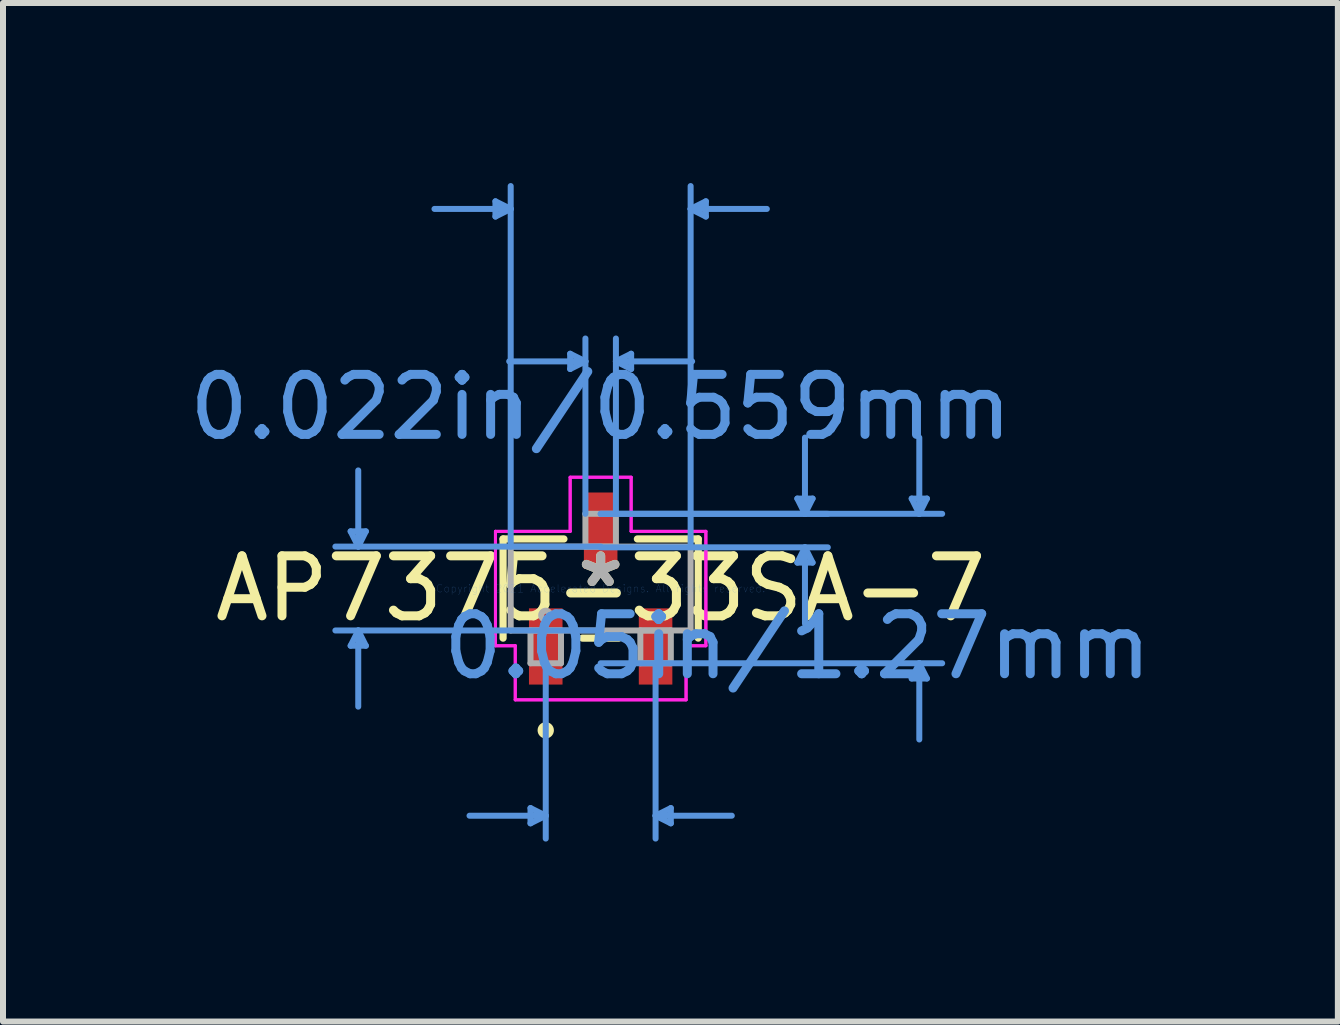
<source format=kicad_pcb>
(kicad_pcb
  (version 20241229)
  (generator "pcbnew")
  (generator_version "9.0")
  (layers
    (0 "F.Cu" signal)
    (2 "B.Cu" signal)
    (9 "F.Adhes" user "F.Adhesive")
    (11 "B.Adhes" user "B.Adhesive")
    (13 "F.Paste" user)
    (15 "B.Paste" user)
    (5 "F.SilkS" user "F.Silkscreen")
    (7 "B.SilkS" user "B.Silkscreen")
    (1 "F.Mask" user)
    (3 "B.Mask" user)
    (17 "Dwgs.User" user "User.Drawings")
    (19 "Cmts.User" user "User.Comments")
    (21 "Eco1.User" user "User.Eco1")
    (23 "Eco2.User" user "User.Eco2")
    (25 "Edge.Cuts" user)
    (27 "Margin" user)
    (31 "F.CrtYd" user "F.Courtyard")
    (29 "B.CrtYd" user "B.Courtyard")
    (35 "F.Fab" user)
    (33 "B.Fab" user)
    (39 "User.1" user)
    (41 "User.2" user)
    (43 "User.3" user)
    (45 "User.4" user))
  (footprint "AP7375-33SA-7"
    (layer "F.Cu")
    (at 6.958 6.756)
    (property "Reference" "AP7375-33SA-7" (at 0 0 0) (layer "F.SilkS") (effects (font (size 1 1) (thickness 0.15))))
    (attr through_hole)
    (fp_line (start -1.626 -0.826) (end -1.626 0.826) (stroke (width 0.12) (type solid)) (layer "F.SilkS"))
    (fp_line (start -0.612 -0.826) (end -1.626 -0.826) (stroke (width 0.12) (type solid)) (layer "F.SilkS"))
    (fp_line (start -0.303 0.826) (end 0.303 0.826) (stroke (width 0.12) (type solid)) (layer "F.SilkS"))
    (fp_line (start 1.626 -0.826) (end 0.612 -0.826) (stroke (width 0.12) (type solid)) (layer "F.SilkS"))
    (fp_line (start 1.626 0.826) (end 1.626 -0.826) (stroke (width 0.12) (type solid)) (layer "F.SilkS"))
    (fp_circle (center -0.915 2.362) (end -0.839 2.362) (stroke (width 0.12) (type solid)) (fill no) (layer "F.SilkS"))
    (fp_line (start -4.166 -0.953) (end -3.912 -0.953) (stroke (width 0.1) (type solid)) (layer "Cmts.User"))
    (fp_line (start -4.166 0.953) (end -3.912 0.953) (stroke (width 0.1) (type solid)) (layer "Cmts.User"))
    (fp_line (start -4.039 -0.699) (end -4.166 -0.953) (stroke (width 0.1) (type solid)) (layer "Cmts.User"))
    (fp_line (start -4.039 -0.699) (end -4.039 -1.968) (stroke (width 0.1) (type solid)) (layer "Cmts.User"))
    (fp_line (start -4.039 -0.699) (end -3.912 -0.953) (stroke (width 0.1) (type solid)) (layer "Cmts.User"))
    (fp_line (start -4.039 0.699) (end -4.166 0.953) (stroke (width 0.1) (type solid)) (layer "Cmts.User"))
    (fp_line (start -4.039 0.699) (end -4.039 1.968) (stroke (width 0.1) (type solid)) (layer "Cmts.User"))
    (fp_line (start -4.039 0.699) (end -3.912 0.953) (stroke (width 0.1) (type solid)) (layer "Cmts.User"))
    (fp_line (start -1.753 -6.452) (end -1.753 -6.198) (stroke (width 0.1) (type solid)) (layer "Cmts.User"))
    (fp_line (start -1.499 -6.325) (end -2.769 -6.325) (stroke (width 0.1) (type solid)) (layer "Cmts.User"))
    (fp_line (start -1.499 -6.325) (end -1.753 -6.452) (stroke (width 0.1) (type solid)) (layer "Cmts.User"))
    (fp_line (start -1.499 -6.325) (end -1.753 -6.198) (stroke (width 0.1) (type solid)) (layer "Cmts.User"))
    (fp_line (start -1.499 -0.699) (end -1.499 -6.706) (stroke (width 0.1) (type solid)) (layer "Cmts.User"))
    (fp_line (start -1.169 3.658) (end -1.169 3.912) (stroke (width 0.1) (type solid)) (layer "Cmts.User"))
    (fp_line (start -0.915 1.245) (end -0.915 4.166) (stroke (width 0.1) (type solid)) (layer "Cmts.User"))
    (fp_line (start -0.915 3.785) (end -2.185 3.785) (stroke (width 0.1) (type solid)) (layer "Cmts.User"))
    (fp_line (start -0.915 3.785) (end -1.169 3.658) (stroke (width 0.1) (type solid)) (layer "Cmts.User"))
    (fp_line (start -0.915 3.785) (end -1.169 3.912) (stroke (width 0.1) (type solid)) (layer "Cmts.User"))
    (fp_line (start -0.508 -3.912) (end -0.508 -3.658) (stroke (width 0.1) (type solid)) (layer "Cmts.User"))
    (fp_line (start -0.254 -3.785) (end -1.524 -3.785) (stroke (width 0.1) (type solid)) (layer "Cmts.User"))
    (fp_line (start -0.254 -3.785) (end -0.508 -3.912) (stroke (width 0.1) (type solid)) (layer "Cmts.User"))
    (fp_line (start -0.254 -3.785) (end -0.508 -3.658) (stroke (width 0.1) (type solid)) (layer "Cmts.User"))
    (fp_line (start -0.254 -1.245) (end -0.254 -4.166) (stroke (width 0.1) (type solid)) (layer "Cmts.User"))
    (fp_line (start 0 -1.245) (end 3.785 -1.245) (stroke (width 0.1) (type solid)) (layer "Cmts.User"))
    (fp_line (start 0 -1.245) (end 5.69 -1.245) (stroke (width 0.1) (type solid)) (layer "Cmts.User"))
    (fp_line (start 0 -0.699) (end -4.42 -0.699) (stroke (width 0.1) (type solid)) (layer "Cmts.User"))
    (fp_line (start 0 -0.686) (end 3.785 -0.686) (stroke (width 0.1) (type solid)) (layer "Cmts.User"))
    (fp_line (start 0 0.699) (end -4.42 0.699) (stroke (width 0.1) (type solid)) (layer "Cmts.User"))
    (fp_line (start 0 1.245) (end 5.69 1.245) (stroke (width 0.1) (type solid)) (layer "Cmts.User"))
    (fp_line (start 0.254 -3.785) (end 0.508 -3.912) (stroke (width 0.1) (type solid)) (layer "Cmts.User"))
    (fp_line (start 0.254 -3.785) (end 0.508 -3.658) (stroke (width 0.1) (type solid)) (layer "Cmts.User"))
    (fp_line (start 0.254 -3.785) (end 1.524 -3.785) (stroke (width 0.1) (type solid)) (layer "Cmts.User"))
    (fp_line (start 0.254 -1.245) (end 0.254 -4.166) (stroke (width 0.1) (type solid)) (layer "Cmts.User"))
    (fp_line (start 0.508 -3.912) (end 0.508 -3.658) (stroke (width 0.1) (type solid)) (layer "Cmts.User"))
    (fp_line (start 0.915 1.245) (end 0.915 4.166) (stroke (width 0.1) (type solid)) (layer "Cmts.User"))
    (fp_line (start 0.915 3.785) (end 1.169 3.658) (stroke (width 0.1) (type solid)) (layer "Cmts.User"))
    (fp_line (start 0.915 3.785) (end 1.169 3.912) (stroke (width 0.1) (type solid)) (layer "Cmts.User"))
    (fp_line (start 0.915 3.785) (end 2.185 3.785) (stroke (width 0.1) (type solid)) (layer "Cmts.User"))
    (fp_line (start 1.169 3.658) (end 1.169 3.912) (stroke (width 0.1) (type solid)) (layer "Cmts.User"))
    (fp_line (start 1.499 -6.325) (end 1.753 -6.452) (stroke (width 0.1) (type solid)) (layer "Cmts.User"))
    (fp_line (start 1.499 -6.325) (end 1.753 -6.198) (stroke (width 0.1) (type solid)) (layer "Cmts.User"))
    (fp_line (start 1.499 -6.325) (end 2.769 -6.325) (stroke (width 0.1) (type solid)) (layer "Cmts.User"))
    (fp_line (start 1.499 -0.699) (end 1.499 -6.706) (stroke (width 0.1) (type solid)) (layer "Cmts.User"))
    (fp_line (start 1.753 -6.452) (end 1.753 -6.198) (stroke (width 0.1) (type solid)) (layer "Cmts.User"))
    (fp_line (start 3.277 -1.499) (end 3.531 -1.499) (stroke (width 0.1) (type solid)) (layer "Cmts.User"))
    (fp_line (start 3.277 -0.432) (end 3.531 -0.432) (stroke (width 0.1) (type solid)) (layer "Cmts.User"))
    (fp_line (start 3.404 -1.245) (end 3.277 -1.499) (stroke (width 0.1) (type solid)) (layer "Cmts.User"))
    (fp_line (start 3.404 -1.245) (end 3.404 -2.515) (stroke (width 0.1) (type solid)) (layer "Cmts.User"))
    (fp_line (start 3.404 -1.245) (end 3.531 -1.499) (stroke (width 0.1) (type solid)) (layer "Cmts.User"))
    (fp_line (start 3.404 -0.686) (end 3.277 -0.432) (stroke (width 0.1) (type solid)) (layer "Cmts.User"))
    (fp_line (start 3.404 -0.686) (end 3.404 0.584) (stroke (width 0.1) (type solid)) (layer "Cmts.User"))
    (fp_line (start 3.404 -0.686) (end 3.531 -0.432) (stroke (width 0.1) (type solid)) (layer "Cmts.User"))
    (fp_line (start 5.182 -1.499) (end 5.436 -1.499) (stroke (width 0.1) (type solid)) (layer "Cmts.User"))
    (fp_line (start 5.182 1.499) (end 5.436 1.499) (stroke (width 0.1) (type solid)) (layer "Cmts.User"))
    (fp_line (start 5.309 -1.245) (end 5.182 -1.499) (stroke (width 0.1) (type solid)) (layer "Cmts.User"))
    (fp_line (start 5.309 -1.245) (end 5.309 -2.515) (stroke (width 0.1) (type solid)) (layer "Cmts.User"))
    (fp_line (start 5.309 -1.245) (end 5.436 -1.499) (stroke (width 0.1) (type solid)) (layer "Cmts.User"))
    (fp_line (start 5.309 1.245) (end 5.182 1.499) (stroke (width 0.1) (type solid)) (layer "Cmts.User"))
    (fp_line (start 5.309 1.245) (end 5.309 2.515) (stroke (width 0.1) (type solid)) (layer "Cmts.User"))
    (fp_line (start 5.309 1.245) (end 5.436 1.499) (stroke (width 0.1) (type solid)) (layer "Cmts.User"))
    (fp_line (start -1.753 -0.953) (end -0.508 -0.953) (stroke (width 0.05) (type solid)) (layer "F.CrtYd"))
    (fp_line (start -1.753 -0.953) (end -0.508 -0.953) (stroke (width 0.05) (type solid)) (layer "F.CrtYd"))
    (fp_line (start -1.753 0.953) (end -1.753 -0.953) (stroke (width 0.05) (type solid)) (layer "F.CrtYd"))
    (fp_line (start -1.753 0.953) (end -1.753 -0.953) (stroke (width 0.05) (type solid)) (layer "F.CrtYd"))
    (fp_line (start -1.753 0.953) (end -1.423 0.953) (stroke (width 0.05) (type solid)) (layer "F.CrtYd"))
    (fp_line (start -1.423 0.953) (end -1.753 0.953) (stroke (width 0.05) (type solid)) (layer "F.CrtYd"))
    (fp_line (start -1.423 0.953) (end -1.423 1.854) (stroke (width 0.05) (type solid)) (layer "F.CrtYd"))
    (fp_line (start -1.423 1.854) (end -1.423 0.953) (stroke (width 0.05) (type solid)) (layer "F.CrtYd"))
    (fp_line (start -1.423 1.854) (end 1.423 1.854) (stroke (width 0.05) (type solid)) (layer "F.CrtYd"))
    (fp_line (start -0.508 -1.854) (end 0.508 -1.854) (stroke (width 0.05) (type solid)) (layer "F.CrtYd"))
    (fp_line (start -0.508 -1.854) (end 0.508 -1.854) (stroke (width 0.05) (type solid)) (layer "F.CrtYd"))
    (fp_line (start -0.508 -0.953) (end -0.508 -1.854) (stroke (width 0.05) (type solid)) (layer "F.CrtYd"))
    (fp_line (start -0.508 -0.953) (end -0.508 -1.854) (stroke (width 0.05) (type solid)) (layer "F.CrtYd"))
    (fp_line (start 0.508 -1.854) (end 0.508 -0.953) (stroke (width 0.05) (type solid)) (layer "F.CrtYd"))
    (fp_line (start 0.508 -0.953) (end 0.508 -1.854) (stroke (width 0.05) (type solid)) (layer "F.CrtYd"))
    (fp_line (start 0.508 -0.953) (end 1.753 -0.953) (stroke (width 0.05) (type solid)) (layer "F.CrtYd"))
    (fp_line (start 1.423 0.953) (end 1.423 1.854) (stroke (width 0.05) (type solid)) (layer "F.CrtYd"))
    (fp_line (start 1.423 0.953) (end 1.423 1.854) (stroke (width 0.05) (type solid)) (layer "F.CrtYd"))
    (fp_line (start 1.423 1.854) (end -1.423 1.854) (stroke (width 0.05) (type solid)) (layer "F.CrtYd"))
    (fp_line (start 1.753 -0.953) (end 0.508 -0.953) (stroke (width 0.05) (type solid)) (layer "F.CrtYd"))
    (fp_line (start 1.753 -0.953) (end 1.753 0.953) (stroke (width 0.05) (type solid)) (layer "F.CrtYd"))
    (fp_line (start 1.753 -0.953) (end 1.753 0.953) (stroke (width 0.05) (type solid)) (layer "F.CrtYd"))
    (fp_line (start 1.753 0.953) (end 1.423 0.953) (stroke (width 0.05) (type solid)) (layer "F.CrtYd"))
    (fp_line (start 1.753 0.953) (end 1.423 0.953) (stroke (width 0.05) (type solid)) (layer "F.CrtYd"))
    (fp_line (start -1.499 -0.699) (end -1.499 0.699) (stroke (width 0.1) (type solid)) (layer "F.Fab"))
    (fp_line (start -1.499 0.699) (end 1.499 0.699) (stroke (width 0.1) (type solid)) (layer "F.Fab"))
    (fp_line (start -1.169 0.699) (end -1.169 1.245) (stroke (width 0.1) (type solid)) (layer "F.Fab"))
    (fp_line (start -1.169 1.245) (end -0.661 1.245) (stroke (width 0.1) (type solid)) (layer "F.Fab"))
    (fp_line (start -0.661 0.699) (end -1.169 0.699) (stroke (width 0.1) (type solid)) (layer "F.Fab"))
    (fp_line (start -0.661 1.245) (end -0.661 0.699) (stroke (width 0.1) (type solid)) (layer "F.Fab"))
    (fp_line (start -0.254 -1.245) (end -0.254 -0.699) (stroke (width 0.1) (type solid)) (layer "F.Fab"))
    (fp_line (start -0.254 -0.699) (end 0.254 -0.699) (stroke (width 0.1) (type solid)) (layer "F.Fab"))
    (fp_line (start 0.254 -1.245) (end -0.254 -1.245) (stroke (width 0.1) (type solid)) (layer "F.Fab"))
    (fp_line (start 0.254 -0.699) (end 0.254 -1.245) (stroke (width 0.1) (type solid)) (layer "F.Fab"))
    (fp_line (start 0.661 0.699) (end 0.661 1.245) (stroke (width 0.1) (type solid)) (layer "F.Fab"))
    (fp_line (start 0.661 1.245) (end 1.169 1.245) (stroke (width 0.1) (type solid)) (layer "F.Fab"))
    (fp_line (start 1.169 0.699) (end 0.661 0.699) (stroke (width 0.1) (type solid)) (layer "F.Fab"))
    (fp_line (start 1.169 1.245) (end 1.169 0.699) (stroke (width 0.1) (type solid)) (layer "F.Fab"))
    (fp_line (start 1.499 -0.699) (end -1.499 -0.699) (stroke (width 0.1) (type solid)) (layer "F.Fab"))
    (fp_line (start 1.499 0.699) (end 1.499 -0.699) (stroke (width 0.1) (type solid)) (layer "F.Fab"))
    (fp_circle (center -0.915 0.445) (end -0.839 0.445) (stroke (width 0.1) (type solid)) (fill no) (layer "F.Fab"))
    (fp_text user "*" (at 0 0 0) (layer "F.SilkS") (effects (font (size 1 1) (thickness 0.15))))
    (fp_text user "0.022in/0.559mm" (at 0 -3.023 0) (layer "Cmts.User") (effects (font (size 1 1) (thickness 0.15))))
    (fp_text user "0.05in/1.27mm" (at 3.277 0.965 0) (layer "Cmts.User") (effects (font (size 1 1) (thickness 0.15))))
    (fp_text user "Copyright 2021 Accelerated Designs. All rights reserved." (at 0 0 0) (layer "Cmts.User") (effects (font (size 0.127 0.127) (thickness 0.002))))
    (fp_text user "*" (at 0 0 0) (layer "F.Fab") (effects (font (size 1 1) (thickness 0.15))))
    (pad "1" smd rect (at -0.915 0.965) (size 0.559 1.27) (layers "F.Cu" "F.Mask" "F.Paste"))
    (pad "2" smd rect (at 0.915 0.965) (size 0.559 1.27) (layers "F.Cu" "F.Mask" "F.Paste"))
    (pad "3" smd rect (at 0 -0.965) (size 0.559 1.27) (layers "F.Cu" "F.Mask" "F.Paste")))
  (gr_rect
    (start -3 -3)
    (end 19.241 13.971)
    (stroke (width 0.1) (type default))
    (fill no)
    (layer "Edge.Cuts")))
</source>
